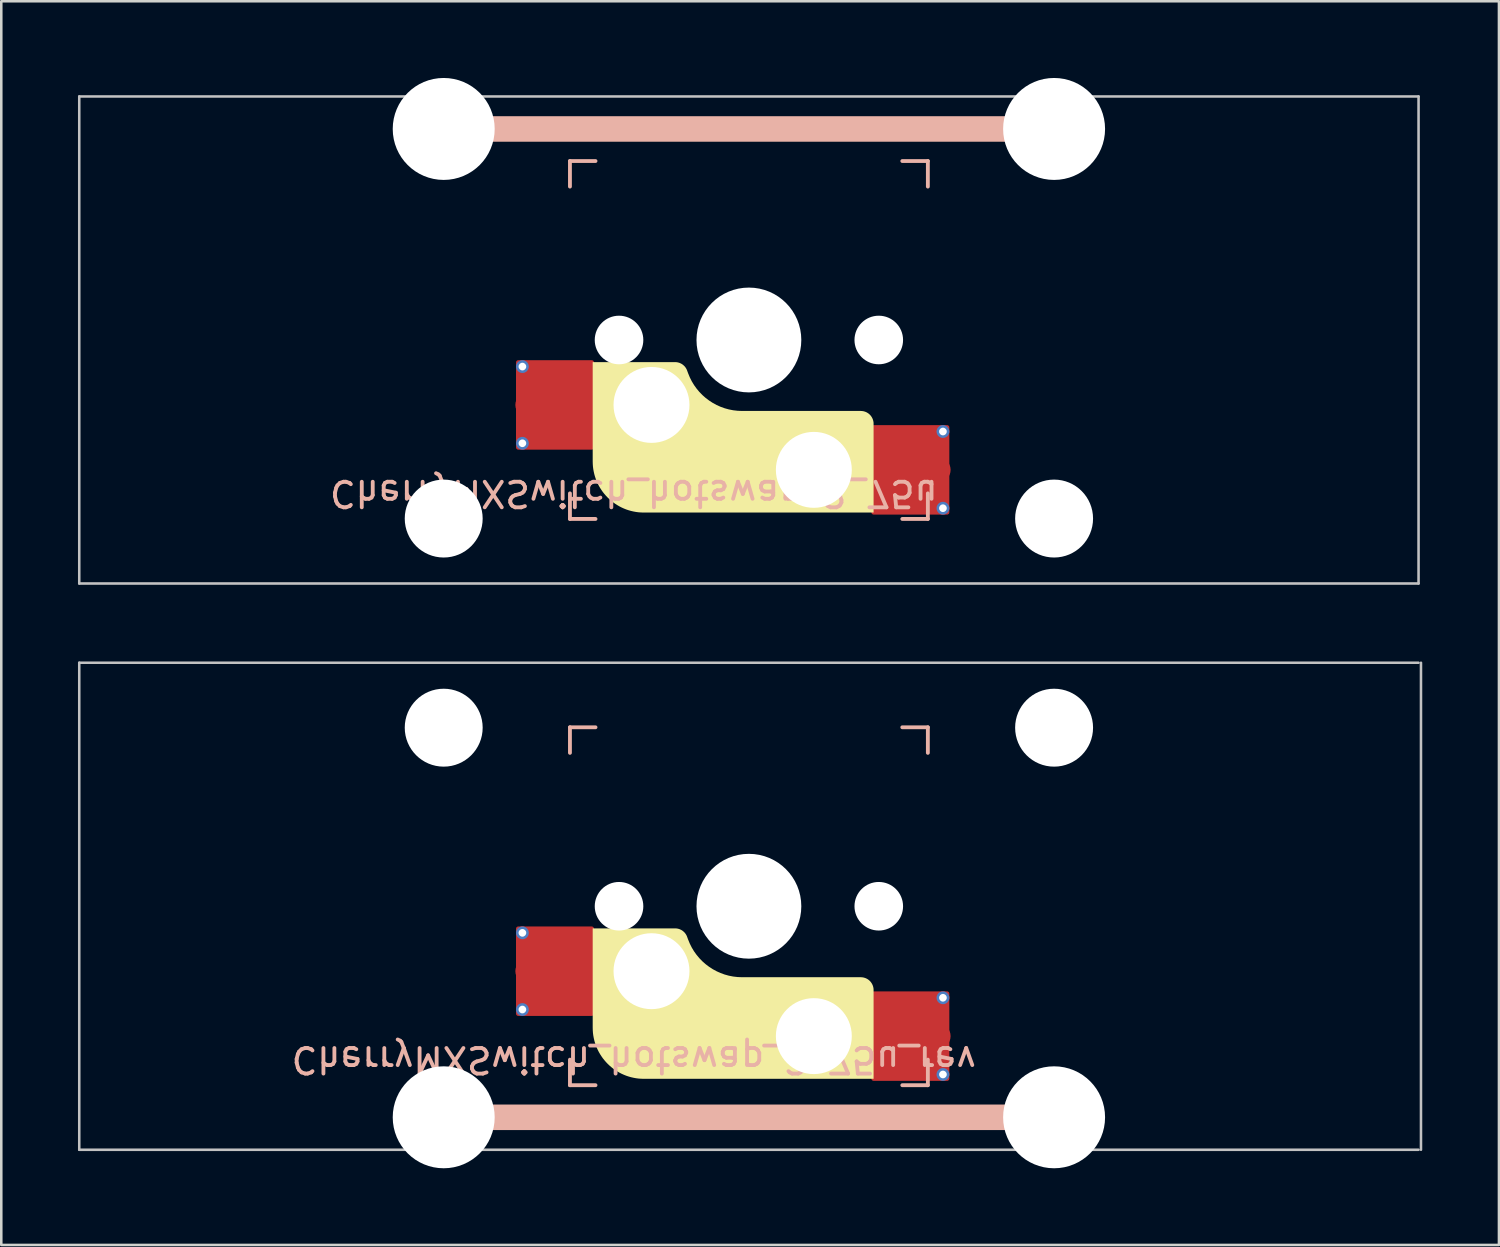
<source format=kicad_pcb>
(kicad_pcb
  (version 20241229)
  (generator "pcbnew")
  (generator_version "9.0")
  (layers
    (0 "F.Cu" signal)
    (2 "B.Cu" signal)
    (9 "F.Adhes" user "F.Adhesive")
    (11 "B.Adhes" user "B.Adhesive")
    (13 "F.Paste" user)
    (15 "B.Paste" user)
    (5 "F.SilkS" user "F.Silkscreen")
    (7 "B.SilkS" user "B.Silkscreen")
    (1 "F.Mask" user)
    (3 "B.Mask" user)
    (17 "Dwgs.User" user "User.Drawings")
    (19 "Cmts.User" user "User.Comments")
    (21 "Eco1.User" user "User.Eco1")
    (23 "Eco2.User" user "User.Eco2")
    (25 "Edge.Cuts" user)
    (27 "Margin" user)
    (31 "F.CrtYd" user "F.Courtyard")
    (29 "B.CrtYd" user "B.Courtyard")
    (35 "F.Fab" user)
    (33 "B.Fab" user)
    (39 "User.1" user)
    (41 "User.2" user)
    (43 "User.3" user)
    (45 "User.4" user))
  (footprint "CherryMXSwitch_hotswap_2_75u"
    (layer "F.Cu")
    (at 26.244 10.249)
    (property "Reference" "CherryMXSwitch_hotswap_2_75u" (at -4.5 6 180) (unlocked yes) (layer "B.SilkS") (effects (font (size 1 1) (thickness 0.15)) (justify mirror)))
    (attr smd)
    (fp_poly (pts (xy 4.877 3.276) (xy 4.876 3.252) (xy 4.875 3.227) (xy 4.872 3.203) (xy 4.867 3.178) (xy 4.862 3.154) (xy 4.855 3.131) (xy 4.848 3.108) (xy 4.839 3.085) (xy 4.829 3.063) (xy 4.818 3.041) (xy 4.806 3.02) (xy 4.793 2.999) (xy 4.779 2.979) (xy 4.764 2.959) (xy 4.748 2.941) (xy 4.731 2.923) (xy 4.713 2.906) (xy 4.694 2.89) (xy 4.675 2.874) (xy 4.654 2.86) (xy 4.634 2.847) (xy 4.612 2.835) (xy 4.591 2.824) (xy 4.568 2.814) (xy 4.546 2.806) (xy 4.522 2.798) (xy 4.499 2.791) (xy 4.475 2.786) (xy 4.451 2.782) (xy 4.426 2.779) (xy 4.402 2.777) (xy 4.377 2.776) (xy -0.266 2.776) (xy -0.442 2.769) (xy -0.615 2.749) (xy -0.784 2.716) (xy -0.95 2.67) (xy -1.11 2.612) (xy -1.265 2.542) (xy -1.414 2.461) (xy -1.556 2.369) (xy -1.691 2.267) (xy -1.818 2.155) (xy -1.937 2.033) (xy -2.046 1.902) (xy -2.146 1.763) (xy -2.235 1.615) (xy -2.313 1.459) (xy -2.38 1.296) (xy -2.417 1.195) (xy -2.424 1.176) (xy -2.432 1.158) (xy -2.44 1.141) (xy -2.449 1.124) (xy -2.459 1.107) (xy -2.469 1.091) (xy -2.48 1.075) (xy -2.491 1.06) (xy -2.503 1.045) (xy -2.515 1.031) (xy -2.528 1.017) (xy -2.542 1.004) (xy -2.556 0.991) (xy -2.57 0.979) (xy -2.585 0.967) (xy -2.6 0.956) (xy -2.615 0.945) (xy -2.631 0.936) (xy -2.648 0.926) (xy -2.665 0.918) (xy -2.682 0.91) (xy -2.699 0.902) (xy -2.717 0.895) (xy -2.735 0.889) (xy -2.753 0.884) (xy -2.771 0.879) (xy -2.79 0.875) (xy -2.809 0.872) (xy -2.828 0.869) (xy -2.848 0.867) (xy -2.867 0.866) (xy -2.887 0.866) (xy -6.11 0.866) (xy -6.11 4.75) (xy -6.107 4.853) (xy -6.1 4.954) (xy -6.087 5.055) (xy -6.069 5.153) (xy -6.047 5.25) (xy -6.02 5.345) (xy -5.989 5.438) (xy -5.953 5.528) (xy -5.913 5.617) (xy -5.869 5.703) (xy -5.82 5.787) (xy -5.768 5.868) (xy -5.713 5.947) (xy -5.653 6.022) (xy -5.59 6.095) (xy -5.524 6.164) (xy -5.455 6.23) (xy -5.382 6.293) (xy -5.307 6.353) (xy -5.228 6.408) (xy -5.147 6.46) (xy -5.063 6.509) (xy -4.977 6.553) (xy -4.888 6.593) (xy -4.798 6.629) (xy -4.705 6.66) (xy -4.61 6.687) (xy -4.513 6.709) (xy -4.415 6.727) (xy -4.314 6.74) (xy -4.213 6.747) (xy -4.11 6.75) (xy 4.877 6.75)) (stroke (width 0) (type solid)) (fill yes) (layer "F.SilkS"))
    (fp_line (start -11.938 -8.255) (end 11.938 -8.255) (stroke (width 1) (type solid)) (layer "B.SilkS"))
    (fp_line (start -7 -7) (end -6 -7) (stroke (width 0.15) (type solid)) (layer "B.SilkS"))
    (fp_line (start -7 -6) (end -7 -7) (stroke (width 0.15) (type solid)) (layer "B.SilkS"))
    (fp_line (start -7 6) (end -7 7) (stroke (width 0.15) (type solid)) (layer "B.SilkS"))
    (fp_line (start -7 7) (end -6 7) (stroke (width 0.15) (type solid)) (layer "B.SilkS"))
    (fp_line (start 6 -7) (end 7 -7) (stroke (width 0.15) (type solid)) (layer "B.SilkS"))
    (fp_line (start 7 -7) (end 7 -6) (stroke (width 0.15) (type solid)) (layer "B.SilkS"))
    (fp_line (start 7 7) (end 6 7) (stroke (width 0.15) (type solid)) (layer "B.SilkS"))
    (fp_line (start 7 7) (end 7 6) (stroke (width 0.15) (type solid)) (layer "B.SilkS"))
    (fp_line (start -26.194 -9.525) (end -26.194 9.525) (stroke (width 0.1) (type solid)) (layer "Dwgs.User"))
    (fp_line (start -26.194 9.525) (end 26.194 9.525) (stroke (width 0.1) (type solid)) (layer "Dwgs.User"))
    (fp_line (start 26.194 -9.525) (end -26.194 -9.525) (stroke (width 0.1) (type solid)) (layer "Dwgs.User"))
    (fp_line (start 26.194 9.525) (end 26.194 -9.525) (stroke (width 0.1) (type solid)) (layer "Dwgs.User"))
    (fp_line (start -7 -7) (end 7 -7) (stroke (width 0.1) (type solid)) (layer "Eco1.User"))
    (fp_line (start -7 7) (end -7 -7) (stroke (width 0.1) (type solid)) (layer "Eco1.User"))
    (fp_line (start 7 -7) (end 7 7) (stroke (width 0.1) (type solid)) (layer "Eco1.User"))
    (fp_line (start 7 7) (end -7 7) (stroke (width 0.1) (type solid)) (layer "Eco1.User"))
    (fp_rect (start 1.75 -3.25) (end -1.75 -6.35) (stroke (width 0.1) (type solid)) (fill no) (layer "Eco1.User"))
    (fp_line (start 0 0) (end 0 -4.8) (stroke (width 0.1) (type solid)) (layer "Eco2.User"))
    (fp_line (start 0 0) (end 8.262 0) (stroke (width 0.1) (type solid)) (layer "Eco2.User"))
    (pad "" np_thru_hole circle (at -11.938 -8.255) (size 3.988 3.988) (drill 3.988) (layers "*.Cu" "*.Mask"))
    (pad "" np_thru_hole circle (at -11.938 6.985) (size 3.048 3.048) (drill 3.048) (layers "*.Cu" "*.Mask"))
    (pad "" np_thru_hole circle (at -5.08 0) (size 1.9 1.9) (drill 1.9) (layers "*.Cu" "*.Mask"))
    (pad "" np_thru_hole circle (at -3.81 2.54) (size 3 3) (drill 2.97) (layers "*.Cu" "*.Mask"))
    (pad "" np_thru_hole circle (at 0 0 270) (size 4.1 4.1) (drill 4.1) (layers "*.Cu" "*.Mask"))
    (pad "" np_thru_hole circle (at 2.54 5.08) (size 3 3) (drill 2.97) (layers "*.Cu" "*.Mask"))
    (pad "" np_thru_hole circle (at 5.08 0) (size 1.9 1.9) (drill 1.9) (layers "*.Cu" "*.Mask"))
    (pad "" np_thru_hole circle (at 11.938 -8.255) (size 3.988 3.988) (drill 3.988) (layers "*.Cu" "*.Mask"))
    (pad "" np_thru_hole circle (at 11.938 6.985) (size 3.048 3.048) (drill 3.048) (layers "*.Cu" "*.Mask"))
    (pad "1" thru_hole circle (at -8.86 1.04) (size 0.5 0.5) (drill 0.3) (layers "*.Cu" "B.Mask"))
    (pad "1" thru_hole circle (at -8.86 4.04) (size 0.5 0.5) (drill 0.3) (layers "*.Cu" "B.Mask"))
    (pad "1" smd circle (at -8.635 2.54 180) (size 1 1) (layers "F.Cu" "F.Mask" "F.Paste"))
    (pad "1" smd roundrect (at -7.585 2.54 180) (size 3.05 3.5) (layers "F.Cu") (roundrect_rratio 0.029))
    (pad "1" smd roundrect (at -7.385 2.54 180) (size 2.55 2.5) (layers "F.Cu" "F.Mask" "F.Paste") (roundrect_rratio 0.1))
    (pad "2" smd roundrect (at 6.115 5.08) (size 2.55 2.5) (layers "F.Cu" "F.Mask" "F.Paste") (roundrect_rratio 0.1))
    (pad "2" smd roundrect (at 6.315 5.08) (size 3.05 3.5) (layers "F.Cu") (roundrect_rratio 0.029))
    (pad "2" smd circle (at 7.39 5.08 180) (size 1 1) (layers "F.Cu" "F.Mask" "F.Paste"))
    (pad "2" thru_hole circle (at 7.59 3.58 180) (size 0.5 0.5) (drill 0.3) (layers "*.Cu" "B.Mask"))
    (pad "2" thru_hole circle (at 7.59 6.58 180) (size 0.5 0.5) (drill 0.3) (layers "*.Cu" "B.Mask")))
  (footprint "CherryMXSwitch_hotswap_2_75u_rev"
    (layer "F.Cu")
    (at 26.244 32.399)
    (property "Reference" "CherryMXSwitch_hotswap_2_75u_rev" (at -4.5 6 180) (unlocked yes) (layer "B.SilkS") (effects (font (size 1 1) (thickness 0.15)) (justify mirror)))
    (attr smd)
    (fp_poly (pts (xy 4.877 3.276) (xy 4.876 3.252) (xy 4.875 3.227) (xy 4.872 3.203) (xy 4.867 3.178) (xy 4.862 3.154) (xy 4.855 3.131) (xy 4.848 3.108) (xy 4.839 3.085) (xy 4.829 3.063) (xy 4.818 3.041) (xy 4.806 3.02) (xy 4.793 2.999) (xy 4.779 2.979) (xy 4.764 2.959) (xy 4.748 2.941) (xy 4.731 2.923) (xy 4.713 2.906) (xy 4.694 2.89) (xy 4.675 2.874) (xy 4.654 2.86) (xy 4.634 2.847) (xy 4.612 2.835) (xy 4.591 2.824) (xy 4.568 2.814) (xy 4.546 2.806) (xy 4.522 2.798) (xy 4.499 2.791) (xy 4.475 2.786) (xy 4.451 2.782) (xy 4.426 2.779) (xy 4.402 2.777) (xy 4.377 2.776) (xy -0.266 2.776) (xy -0.442 2.769) (xy -0.615 2.749) (xy -0.784 2.716) (xy -0.95 2.67) (xy -1.11 2.612) (xy -1.265 2.542) (xy -1.414 2.461) (xy -1.556 2.369) (xy -1.691 2.267) (xy -1.818 2.155) (xy -1.937 2.033) (xy -2.046 1.902) (xy -2.146 1.763) (xy -2.235 1.615) (xy -2.313 1.459) (xy -2.38 1.296) (xy -2.417 1.195) (xy -2.424 1.176) (xy -2.432 1.158) (xy -2.44 1.141) (xy -2.449 1.124) (xy -2.459 1.107) (xy -2.469 1.091) (xy -2.48 1.075) (xy -2.491 1.06) (xy -2.503 1.045) (xy -2.515 1.031) (xy -2.528 1.017) (xy -2.542 1.004) (xy -2.556 0.991) (xy -2.57 0.979) (xy -2.585 0.967) (xy -2.6 0.956) (xy -2.615 0.945) (xy -2.631 0.936) (xy -2.648 0.926) (xy -2.665 0.918) (xy -2.682 0.91) (xy -2.699 0.902) (xy -2.717 0.895) (xy -2.735 0.889) (xy -2.753 0.884) (xy -2.771 0.879) (xy -2.79 0.875) (xy -2.809 0.872) (xy -2.828 0.869) (xy -2.848 0.867) (xy -2.867 0.866) (xy -2.887 0.866) (xy -6.11 0.866) (xy -6.11 4.75) (xy -6.107 4.853) (xy -6.1 4.954) (xy -6.087 5.055) (xy -6.069 5.153) (xy -6.047 5.25) (xy -6.02 5.345) (xy -5.989 5.438) (xy -5.953 5.528) (xy -5.913 5.617) (xy -5.869 5.703) (xy -5.82 5.787) (xy -5.768 5.868) (xy -5.713 5.947) (xy -5.653 6.022) (xy -5.59 6.095) (xy -5.524 6.164) (xy -5.455 6.23) (xy -5.382 6.293) (xy -5.307 6.353) (xy -5.228 6.408) (xy -5.147 6.46) (xy -5.063 6.509) (xy -4.977 6.553) (xy -4.888 6.593) (xy -4.798 6.629) (xy -4.705 6.66) (xy -4.61 6.687) (xy -4.513 6.709) (xy -4.415 6.727) (xy -4.314 6.74) (xy -4.213 6.747) (xy -4.11 6.75) (xy 4.877 6.75)) (stroke (width 0) (type solid)) (fill yes) (layer "F.SilkS"))
    (fp_line (start -7 -7) (end -6 -7) (stroke (width 0.15) (type solid)) (layer "B.SilkS"))
    (fp_line (start -7 -6) (end -7 -7) (stroke (width 0.15) (type solid)) (layer "B.SilkS"))
    (fp_line (start -7 6) (end -7 7) (stroke (width 0.15) (type solid)) (layer "B.SilkS"))
    (fp_line (start -7 7) (end -6 7) (stroke (width 0.15) (type solid)) (layer "B.SilkS"))
    (fp_line (start 6 -7) (end 7 -7) (stroke (width 0.15) (type solid)) (layer "B.SilkS"))
    (fp_line (start 7 -7) (end 7 -6) (stroke (width 0.15) (type solid)) (layer "B.SilkS"))
    (fp_line (start 7 7) (end 6 7) (stroke (width 0.15) (type solid)) (layer "B.SilkS"))
    (fp_line (start 7 7) (end 7 6) (stroke (width 0.15) (type solid)) (layer "B.SilkS"))
    (fp_line (start 11.938 8.255) (end -11.938 8.255) (stroke (width 1) (type solid)) (layer "B.SilkS"))
    (fp_line (start -26.194 -9.525) (end -26.194 9.525) (stroke (width 0.1) (type solid)) (layer "Dwgs.User"))
    (fp_line (start -26.194 9.525) (end 26.194 9.525) (stroke (width 0.1) (type solid)) (layer "Dwgs.User"))
    (fp_line (start 26.194 -9.525) (end -26.194 -9.525) (stroke (width 0.1) (type solid)) (layer "Dwgs.User"))
    (fp_line (start 26.289 9.525) (end 26.289 -9.525) (stroke (width 0.1) (type solid)) (layer "Dwgs.User"))
    (fp_line (start -7 -7) (end 7 -7) (stroke (width 0.1) (type solid)) (layer "Eco1.User"))
    (fp_line (start -7 7) (end -7 -7) (stroke (width 0.1) (type solid)) (layer "Eco1.User"))
    (fp_line (start 7 -7) (end 7 7) (stroke (width 0.1) (type solid)) (layer "Eco1.User"))
    (fp_line (start 7 7) (end -7 7) (stroke (width 0.1) (type solid)) (layer "Eco1.User"))
    (fp_rect (start 1.75 -3.25) (end -1.75 -6.35) (stroke (width 0.1) (type solid)) (fill no) (layer "Eco1.User"))
    (fp_line (start 0 0) (end 0 -4.8) (stroke (width 0.1) (type solid)) (layer "Eco2.User"))
    (fp_line (start 0 0) (end 8.262 0) (stroke (width 0.1) (type solid)) (layer "Eco2.User"))
    (pad "" np_thru_hole circle (at -11.938 -6.985 180) (size 3.048 3.048) (drill 3.048) (layers "*.Cu" "*.Mask"))
    (pad "" np_thru_hole circle (at -11.938 8.255 180) (size 3.988 3.988) (drill 3.988) (layers "*.Cu" "*.Mask"))
    (pad "" np_thru_hole circle (at -5.08 0) (size 1.9 1.9) (drill 1.9) (layers "*.Cu" "*.Mask"))
    (pad "" np_thru_hole circle (at -3.81 2.54) (size 3 3) (drill 2.97) (layers "*.Cu" "*.Mask"))
    (pad "" np_thru_hole circle (at 0 0 270) (size 4.1 4.1) (drill 4.1) (layers "*.Cu" "*.Mask"))
    (pad "" np_thru_hole circle (at 2.54 5.08) (size 3 3) (drill 2.97) (layers "*.Cu" "*.Mask"))
    (pad "" np_thru_hole circle (at 5.08 0) (size 1.9 1.9) (drill 1.9) (layers "*.Cu" "*.Mask"))
    (pad "" np_thru_hole circle (at 11.938 -6.985 180) (size 3.048 3.048) (drill 3.048) (layers "*.Cu" "*.Mask"))
    (pad "" np_thru_hole circle (at 11.938 8.255 180) (size 3.988 3.988) (drill 3.988) (layers "*.Cu" "*.Mask"))
    (pad "1" thru_hole circle (at -8.86 1.04) (size 0.5 0.5) (drill 0.3) (layers "*.Cu" "B.Mask"))
    (pad "1" thru_hole circle (at -8.86 4.04) (size 0.5 0.5) (drill 0.3) (layers "*.Cu" "B.Mask"))
    (pad "1" smd circle (at -8.635 2.54 180) (size 1 1) (layers "F.Cu" "F.Mask" "F.Paste"))
    (pad "1" smd roundrect (at -7.585 2.54 180) (size 3.05 3.5) (layers "F.Cu") (roundrect_rratio 0.029))
    (pad "1" smd roundrect (at -7.385 2.54 180) (size 2.55 2.5) (layers "F.Cu" "F.Mask" "F.Paste") (roundrect_rratio 0.1))
    (pad "2" smd roundrect (at 6.115 5.08) (size 2.55 2.5) (layers "F.Cu" "F.Mask" "F.Paste") (roundrect_rratio 0.1))
    (pad "2" smd roundrect (at 6.315 5.08) (size 3.05 3.5) (layers "F.Cu") (roundrect_rratio 0.029))
    (pad "2" smd circle (at 7.39 5.08 180) (size 1 1) (layers "F.Cu" "F.Mask" "F.Paste"))
    (pad "2" thru_hole circle (at 7.59 3.58 180) (size 0.5 0.5) (drill 0.3) (layers "*.Cu" "B.Mask"))
    (pad "2" thru_hole circle (at 7.59 6.58 180) (size 0.5 0.5) (drill 0.3) (layers "*.Cu" "B.Mask")))
  (gr_rect
    (start -3 -3)
    (end 55.583 45.648)
    (stroke (width 0.1) (type default))
    (fill no)
    (layer "Edge.Cuts")))
</source>
